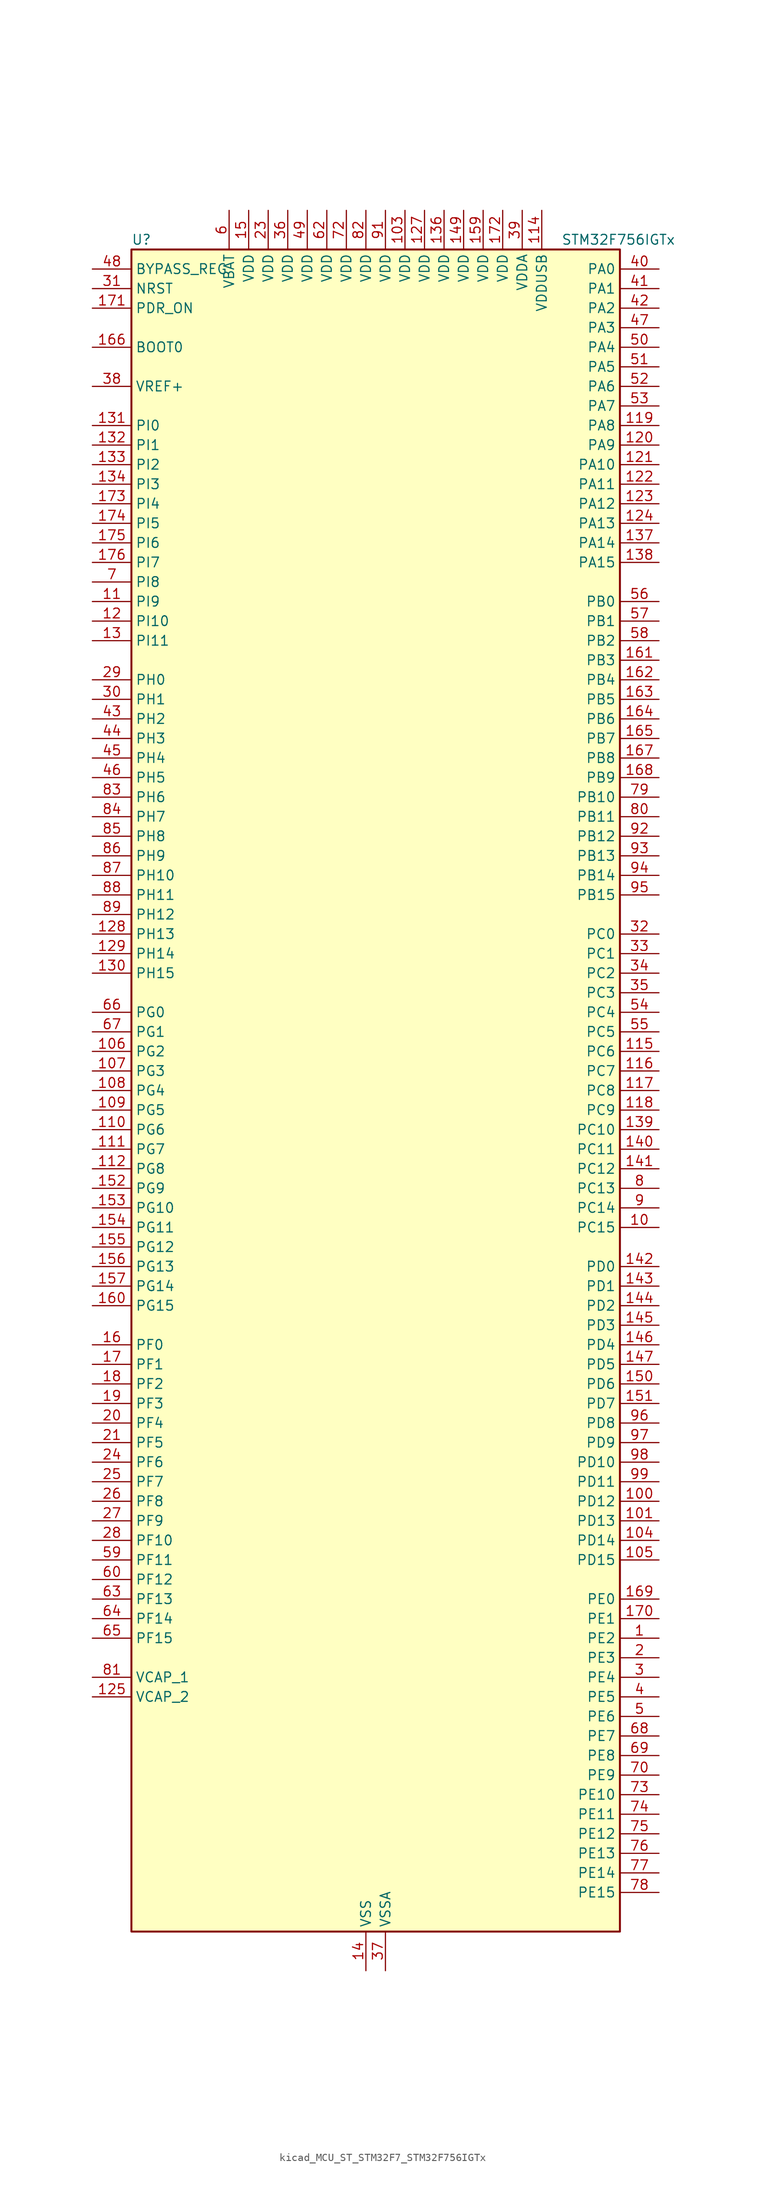
<source format=kicad_sym>
(kicad_symbol_lib
  (version 20220914)
  (generator kicad_symbol_editor)
  (symbol "kicad_MCU_ST_STM32F7_STM32F756IGTx"
    (property "Reference" "U"
      (at -30.48 110.49 0)
      (effects (font (size 1.27 1.27)) (justify left)))
    (property "Value" "STM32F756IGTx"
      (at 25.4 110.49 0)
      (effects (font (size 1.27 1.27)) (justify left)))
    (property "ki_locked" ""
      (at 0 0 0)
      (effects (font (size 1.27 1.27))))
    (symbol "kicad_MCU_ST_STM32F7_STM32F756IGTx_0_1"
      (rectangle (start -30.48 -109.22) (end 33.02 109.22) (stroke (width 0.254) (type default)) (fill (type background))))
    (symbol "kicad_MCU_ST_STM32F7_STM32F756IGTx_1_1"
      (pin bidirectional line (at 38.1 -71.12 180) (length 5.08) (name "PE2" (effects (font (size 1.27 1.27)))) (number "1" (effects (font (size 1.27 1.27)))) (alternate "ETH_TXD3" bidirectional line) (alternate "FMC_A23" bidirectional line) (alternate "QUADSPI_BK1_IO2" bidirectional line) (alternate "SAI1_MCLK_A" bidirectional line) (alternate "SPI4_SCK" bidirectional line) (alternate "SYS_TRACECLK" bidirectional line))
      (pin bidirectional line (at 38.1 -17.78 180) (length 5.08) (name "PC15" (effects (font (size 1.27 1.27)))) (number "10" (effects (font (size 1.27 1.27)))) (alternate "RCC_OSC32_OUT" bidirectional line))
      (pin bidirectional line (at 38.1 -53.34 180) (length 5.08) (name "PD12" (effects (font (size 1.27 1.27)))) (number "100" (effects (font (size 1.27 1.27)))) (alternate "FMC_A17" bidirectional line) (alternate "FMC_ALE" bidirectional line) (alternate "I2C4_SCL" bidirectional line) (alternate "LPTIM1_IN1" bidirectional line) (alternate "QUADSPI_BK1_IO1" bidirectional line) (alternate "SAI2_FS_A" bidirectional line) (alternate "TIM4_CH1" bidirectional line) (alternate "USART3_DE" bidirectional line) (alternate "USART3_RTS" bidirectional line))
      (pin bidirectional line (at 38.1 -55.88 180) (length 5.08) (name "PD13" (effects (font (size 1.27 1.27)))) (number "101" (effects (font (size 1.27 1.27)))) (alternate "FMC_A18" bidirectional line) (alternate "I2C4_SDA" bidirectional line) (alternate "LPTIM1_OUT" bidirectional line) (alternate "QUADSPI_BK1_IO3" bidirectional line) (alternate "SAI2_SCK_A" bidirectional line) (alternate "TIM4_CH2" bidirectional line))
      (pin passive line (at 0 -114.3 90) (length 5.08) hide (name "VSS" (effects (font (size 1.27 1.27)))) (number "102" (effects (font (size 1.27 1.27)))))
      (pin power_in line (at 5.08 114.3 270) (length 5.08) (name "VDD" (effects (font (size 1.27 1.27)))) (number "103" (effects (font (size 1.27 1.27)))))
      (pin bidirectional line (at 38.1 -58.42 180) (length 5.08) (name "PD14" (effects (font (size 1.27 1.27)))) (number "104" (effects (font (size 1.27 1.27)))) (alternate "FMC_D0" bidirectional line) (alternate "FMC_DA0" bidirectional line) (alternate "TIM4_CH3" bidirectional line) (alternate "UART8_CTS" bidirectional line))
      (pin bidirectional line (at 38.1 -60.96 180) (length 5.08) (name "PD15" (effects (font (size 1.27 1.27)))) (number "105" (effects (font (size 1.27 1.27)))) (alternate "FMC_D1" bidirectional line) (alternate "FMC_DA1" bidirectional line) (alternate "TIM4_CH4" bidirectional line) (alternate "UART8_DE" bidirectional line) (alternate "UART8_RTS" bidirectional line))
      (pin bidirectional line (at -35.56 5.08 0) (length 5.08) (name "PG2" (effects (font (size 1.27 1.27)))) (number "106" (effects (font (size 1.27 1.27)))) (alternate "FMC_A12" bidirectional line))
      (pin bidirectional line (at -35.56 2.54 0) (length 5.08) (name "PG3" (effects (font (size 1.27 1.27)))) (number "107" (effects (font (size 1.27 1.27)))) (alternate "FMC_A13" bidirectional line))
      (pin bidirectional line (at -35.56 0 0) (length 5.08) (name "PG4" (effects (font (size 1.27 1.27)))) (number "108" (effects (font (size 1.27 1.27)))) (alternate "FMC_A14" bidirectional line) (alternate "FMC_BA0" bidirectional line))
      (pin bidirectional line (at -35.56 -2.54 0) (length 5.08) (name "PG5" (effects (font (size 1.27 1.27)))) (number "109" (effects (font (size 1.27 1.27)))) (alternate "FMC_A15" bidirectional line) (alternate "FMC_BA1" bidirectional line))
      (pin bidirectional line (at -35.56 63.5 0) (length 5.08) (name "PI9" (effects (font (size 1.27 1.27)))) (number "11" (effects (font (size 1.27 1.27)))) (alternate "CAN1_RX" bidirectional line) (alternate "DAC_EXTI9" bidirectional line) (alternate "FMC_D30" bidirectional line) (alternate "LTDC_VSYNC" bidirectional line))
      (pin bidirectional line (at -35.56 -5.08 0) (length 5.08) (name "PG6" (effects (font (size 1.27 1.27)))) (number "110" (effects (font (size 1.27 1.27)))) (alternate "DCMI_D12" bidirectional line) (alternate "LTDC_R7" bidirectional line))
      (pin bidirectional line (at -35.56 -7.62 0) (length 5.08) (name "PG7" (effects (font (size 1.27 1.27)))) (number "111" (effects (font (size 1.27 1.27)))) (alternate "DCMI_D13" bidirectional line) (alternate "FMC_INT" bidirectional line) (alternate "LTDC_CLK" bidirectional line) (alternate "USART6_CK" bidirectional line))
      (pin bidirectional line (at -35.56 -10.16 0) (length 5.08) (name "PG8" (effects (font (size 1.27 1.27)))) (number "112" (effects (font (size 1.27 1.27)))) (alternate "ETH_PPS_OUT" bidirectional line) (alternate "FMC_SDCLK" bidirectional line) (alternate "SPDIFRX_IN2" bidirectional line) (alternate "SPI6_NSS" bidirectional line) (alternate "USART6_DE" bidirectional line) (alternate "USART6_RTS" bidirectional line))
      (pin passive line (at 0 -114.3 90) (length 5.08) hide (name "VSS" (effects (font (size 1.27 1.27)))) (number "113" (effects (font (size 1.27 1.27)))))
      (pin power_in line (at 22.86 114.3 270) (length 5.08) (name "VDDUSB" (effects (font (size 1.27 1.27)))) (number "114" (effects (font (size 1.27 1.27)))))
      (pin bidirectional line (at 38.1 5.08 180) (length 5.08) (name "PC6" (effects (font (size 1.27 1.27)))) (number "115" (effects (font (size 1.27 1.27)))) (alternate "DCMI_D0" bidirectional line) (alternate "I2S2_MCK" bidirectional line) (alternate "LTDC_HSYNC" bidirectional line) (alternate "SDMMC1_D6" bidirectional line) (alternate "TIM3_CH1" bidirectional line) (alternate "TIM8_CH1" bidirectional line) (alternate "USART6_TX" bidirectional line))
      (pin bidirectional line (at 38.1 2.54 180) (length 5.08) (name "PC7" (effects (font (size 1.27 1.27)))) (number "116" (effects (font (size 1.27 1.27)))) (alternate "DCMI_D1" bidirectional line) (alternate "I2S3_MCK" bidirectional line) (alternate "LTDC_G6" bidirectional line) (alternate "SDMMC1_D7" bidirectional line) (alternate "TIM3_CH2" bidirectional line) (alternate "TIM8_CH2" bidirectional line) (alternate "USART6_RX" bidirectional line))
      (pin bidirectional line (at 38.1 0 180) (length 5.08) (name "PC8" (effects (font (size 1.27 1.27)))) (number "117" (effects (font (size 1.27 1.27)))) (alternate "DCMI_D2" bidirectional line) (alternate "SDMMC1_D0" bidirectional line) (alternate "SYS_TRACED1" bidirectional line) (alternate "TIM3_CH3" bidirectional line) (alternate "TIM8_CH3" bidirectional line) (alternate "UART5_DE" bidirectional line) (alternate "UART5_RTS" bidirectional line) (alternate "USART6_CK" bidirectional line))
      (pin bidirectional line (at 38.1 -2.54 180) (length 5.08) (name "PC9" (effects (font (size 1.27 1.27)))) (number "118" (effects (font (size 1.27 1.27)))) (alternate "DAC_EXTI9" bidirectional line) (alternate "DCMI_D3" bidirectional line) (alternate "I2C3_SDA" bidirectional line) (alternate "I2S_CKIN" bidirectional line) (alternate "QUADSPI_BK1_IO0" bidirectional line) (alternate "RCC_MCO_2" bidirectional line) (alternate "SDMMC1_D1" bidirectional line) (alternate "TIM3_CH4" bidirectional line) (alternate "TIM8_CH4" bidirectional line) (alternate "UART5_CTS" bidirectional line))
      (pin bidirectional line (at 38.1 86.36 180) (length 5.08) (name "PA8" (effects (font (size 1.27 1.27)))) (number "119" (effects (font (size 1.27 1.27)))) (alternate "I2C3_SCL" bidirectional line) (alternate "LTDC_R6" bidirectional line) (alternate "RCC_MCO_1" bidirectional line) (alternate "TIM1_CH1" bidirectional line) (alternate "TIM8_BKIN2" bidirectional line) (alternate "USART1_CK" bidirectional line) (alternate "USB_OTG_FS_SOF" bidirectional line))
      (pin bidirectional line (at -35.56 60.96 0) (length 5.08) (name "PI10" (effects (font (size 1.27 1.27)))) (number "12" (effects (font (size 1.27 1.27)))) (alternate "ETH_RX_ER" bidirectional line) (alternate "FMC_D31" bidirectional line) (alternate "LTDC_HSYNC" bidirectional line))
      (pin bidirectional line (at 38.1 83.82 180) (length 5.08) (name "PA9" (effects (font (size 1.27 1.27)))) (number "120" (effects (font (size 1.27 1.27)))) (alternate "DAC_EXTI9" bidirectional line) (alternate "DCMI_D0" bidirectional line) (alternate "I2C3_SMBA" bidirectional line) (alternate "I2S2_CK" bidirectional line) (alternate "SPI2_SCK" bidirectional line) (alternate "TIM1_CH2" bidirectional line) (alternate "USART1_TX" bidirectional line) (alternate "USB_OTG_FS_VBUS" bidirectional line))
      (pin bidirectional line (at 38.1 81.28 180) (length 5.08) (name "PA10" (effects (font (size 1.27 1.27)))) (number "121" (effects (font (size 1.27 1.27)))) (alternate "DCMI_D1" bidirectional line) (alternate "TIM1_CH3" bidirectional line) (alternate "USART1_RX" bidirectional line) (alternate "USB_OTG_FS_ID" bidirectional line))
      (pin bidirectional line (at 38.1 78.74 180) (length 5.08) (name "PA11" (effects (font (size 1.27 1.27)))) (number "122" (effects (font (size 1.27 1.27)))) (alternate "ADC1_EXTI11" bidirectional line) (alternate "ADC2_EXTI11" bidirectional line) (alternate "ADC3_EXTI11" bidirectional line) (alternate "CAN1_RX" bidirectional line) (alternate "LTDC_R4" bidirectional line) (alternate "TIM1_CH4" bidirectional line) (alternate "USART1_CTS" bidirectional line) (alternate "USB_OTG_FS_DM" bidirectional line))
      (pin bidirectional line (at 38.1 76.2 180) (length 5.08) (name "PA12" (effects (font (size 1.27 1.27)))) (number "123" (effects (font (size 1.27 1.27)))) (alternate "CAN1_TX" bidirectional line) (alternate "LTDC_R5" bidirectional line) (alternate "SAI2_FS_B" bidirectional line) (alternate "TIM1_ETR" bidirectional line) (alternate "USART1_DE" bidirectional line) (alternate "USART1_RTS" bidirectional line) (alternate "USB_OTG_FS_DP" bidirectional line))
      (pin bidirectional line (at 38.1 73.66 180) (length 5.08) (name "PA13" (effects (font (size 1.27 1.27)))) (number "124" (effects (font (size 1.27 1.27)))) (alternate "SYS_JTMS-SWDIO" bidirectional line))
      (pin power_out line (at -35.56 -78.74 0) (length 5.08) (name "VCAP_2" (effects (font (size 1.27 1.27)))) (number "125" (effects (font (size 1.27 1.27)))))
      (pin passive line (at 0 -114.3 90) (length 5.08) hide (name "VSS" (effects (font (size 1.27 1.27)))) (number "126" (effects (font (size 1.27 1.27)))))
      (pin power_in line (at 7.62 114.3 270) (length 5.08) (name "VDD" (effects (font (size 1.27 1.27)))) (number "127" (effects (font (size 1.27 1.27)))))
      (pin bidirectional line (at -35.56 20.32 0) (length 5.08) (name "PH13" (effects (font (size 1.27 1.27)))) (number "128" (effects (font (size 1.27 1.27)))) (alternate "CAN1_TX" bidirectional line) (alternate "FMC_D21" bidirectional line) (alternate "LTDC_G2" bidirectional line) (alternate "TIM8_CH1N" bidirectional line))
      (pin bidirectional line (at -35.56 17.78 0) (length 5.08) (name "PH14" (effects (font (size 1.27 1.27)))) (number "129" (effects (font (size 1.27 1.27)))) (alternate "DCMI_D4" bidirectional line) (alternate "FMC_D22" bidirectional line) (alternate "LTDC_G3" bidirectional line) (alternate "TIM8_CH2N" bidirectional line))
      (pin bidirectional line (at -35.56 58.42 0) (length 5.08) (name "PI11" (effects (font (size 1.27 1.27)))) (number "13" (effects (font (size 1.27 1.27)))) (alternate "ADC1_EXTI11" bidirectional line) (alternate "ADC2_EXTI11" bidirectional line) (alternate "ADC3_EXTI11" bidirectional line) (alternate "SYS_WKUP6" bidirectional line) (alternate "USB_OTG_HS_ULPI_DIR" bidirectional line))
      (pin bidirectional line (at -35.56 15.24 0) (length 5.08) (name "PH15" (effects (font (size 1.27 1.27)))) (number "130" (effects (font (size 1.27 1.27)))) (alternate "DCMI_D11" bidirectional line) (alternate "FMC_D23" bidirectional line) (alternate "LTDC_G4" bidirectional line) (alternate "TIM8_CH3N" bidirectional line))
      (pin bidirectional line (at -35.56 86.36 0) (length 5.08) (name "PI0" (effects (font (size 1.27 1.27)))) (number "131" (effects (font (size 1.27 1.27)))) (alternate "DCMI_D13" bidirectional line) (alternate "FMC_D24" bidirectional line) (alternate "I2S2_WS" bidirectional line) (alternate "LTDC_G5" bidirectional line) (alternate "SPI2_NSS" bidirectional line) (alternate "TIM5_CH4" bidirectional line))
      (pin bidirectional line (at -35.56 83.82 0) (length 5.08) (name "PI1" (effects (font (size 1.27 1.27)))) (number "132" (effects (font (size 1.27 1.27)))) (alternate "DCMI_D8" bidirectional line) (alternate "FMC_D25" bidirectional line) (alternate "I2S2_CK" bidirectional line) (alternate "LTDC_G6" bidirectional line) (alternate "SPI2_SCK" bidirectional line) (alternate "TIM8_BKIN2" bidirectional line))
      (pin bidirectional line (at -35.56 81.28 0) (length 5.08) (name "PI2" (effects (font (size 1.27 1.27)))) (number "133" (effects (font (size 1.27 1.27)))) (alternate "DCMI_D9" bidirectional line) (alternate "FMC_D26" bidirectional line) (alternate "LTDC_G7" bidirectional line) (alternate "SPI2_MISO" bidirectional line) (alternate "TIM8_CH4" bidirectional line))
      (pin bidirectional line (at -35.56 78.74 0) (length 5.08) (name "PI3" (effects (font (size 1.27 1.27)))) (number "134" (effects (font (size 1.27 1.27)))) (alternate "DCMI_D10" bidirectional line) (alternate "FMC_D27" bidirectional line) (alternate "I2S2_SD" bidirectional line) (alternate "SPI2_MOSI" bidirectional line) (alternate "TIM8_ETR" bidirectional line))
      (pin passive line (at 0 -114.3 90) (length 5.08) hide (name "VSS" (effects (font (size 1.27 1.27)))) (number "135" (effects (font (size 1.27 1.27)))))
      (pin power_in line (at 10.16 114.3 270) (length 5.08) (name "VDD" (effects (font (size 1.27 1.27)))) (number "136" (effects (font (size 1.27 1.27)))))
      (pin bidirectional line (at 38.1 71.12 180) (length 5.08) (name "PA14" (effects (font (size 1.27 1.27)))) (number "137" (effects (font (size 1.27 1.27)))) (alternate "SYS_JTCK-SWCLK" bidirectional line))
      (pin bidirectional line (at 38.1 68.58 180) (length 5.08) (name "PA15" (effects (font (size 1.27 1.27)))) (number "138" (effects (font (size 1.27 1.27)))) (alternate "CEC" bidirectional line) (alternate "I2S1_WS" bidirectional line) (alternate "I2S3_WS" bidirectional line) (alternate "SPI1_NSS" bidirectional line) (alternate "SPI3_NSS" bidirectional line) (alternate "SYS_JTDI" bidirectional line) (alternate "TIM2_CH1" bidirectional line) (alternate "TIM2_ETR" bidirectional line) (alternate "UART4_DE" bidirectional line) (alternate "UART4_RTS" bidirectional line))
      (pin bidirectional line (at 38.1 -5.08 180) (length 5.08) (name "PC10" (effects (font (size 1.27 1.27)))) (number "139" (effects (font (size 1.27 1.27)))) (alternate "DCMI_D8" bidirectional line) (alternate "I2S3_CK" bidirectional line) (alternate "LTDC_R2" bidirectional line) (alternate "QUADSPI_BK1_IO1" bidirectional line) (alternate "SDMMC1_D2" bidirectional line) (alternate "SPI3_SCK" bidirectional line) (alternate "UART4_TX" bidirectional line) (alternate "USART3_TX" bidirectional line))
      (pin power_in line (at 0 -114.3 90) (length 5.08) (name "VSS" (effects (font (size 1.27 1.27)))) (number "14" (effects (font (size 1.27 1.27)))))
      (pin bidirectional line (at 38.1 -7.62 180) (length 5.08) (name "PC11" (effects (font (size 1.27 1.27)))) (number "140" (effects (font (size 1.27 1.27)))) (alternate "ADC1_EXTI11" bidirectional line) (alternate "ADC2_EXTI11" bidirectional line) (alternate "ADC3_EXTI11" bidirectional line) (alternate "DCMI_D4" bidirectional line) (alternate "QUADSPI_BK2_NCS" bidirectional line) (alternate "SDMMC1_D3" bidirectional line) (alternate "SPI3_MISO" bidirectional line) (alternate "UART4_RX" bidirectional line) (alternate "USART3_RX" bidirectional line))
      (pin bidirectional line (at 38.1 -10.16 180) (length 5.08) (name "PC12" (effects (font (size 1.27 1.27)))) (number "141" (effects (font (size 1.27 1.27)))) (alternate "DCMI_D9" bidirectional line) (alternate "I2S3_SD" bidirectional line) (alternate "SDMMC1_CK" bidirectional line) (alternate "SPI3_MOSI" bidirectional line) (alternate "SYS_TRACED3" bidirectional line) (alternate "UART5_TX" bidirectional line) (alternate "USART3_CK" bidirectional line))
      (pin bidirectional line (at 38.1 -22.86 180) (length 5.08) (name "PD0" (effects (font (size 1.27 1.27)))) (number "142" (effects (font (size 1.27 1.27)))) (alternate "CAN1_RX" bidirectional line) (alternate "FMC_D2" bidirectional line) (alternate "FMC_DA2" bidirectional line))
      (pin bidirectional line (at 38.1 -25.4 180) (length 5.08) (name "PD1" (effects (font (size 1.27 1.27)))) (number "143" (effects (font (size 1.27 1.27)))) (alternate "CAN1_TX" bidirectional line) (alternate "FMC_D3" bidirectional line) (alternate "FMC_DA3" bidirectional line))
      (pin bidirectional line (at 38.1 -27.94 180) (length 5.08) (name "PD2" (effects (font (size 1.27 1.27)))) (number "144" (effects (font (size 1.27 1.27)))) (alternate "DCMI_D11" bidirectional line) (alternate "SDMMC1_CMD" bidirectional line) (alternate "SYS_TRACED2" bidirectional line) (alternate "TIM3_ETR" bidirectional line) (alternate "UART5_RX" bidirectional line))
      (pin bidirectional line (at 38.1 -30.48 180) (length 5.08) (name "PD3" (effects (font (size 1.27 1.27)))) (number "145" (effects (font (size 1.27 1.27)))) (alternate "DCMI_D5" bidirectional line) (alternate "FMC_CLK" bidirectional line) (alternate "I2S2_CK" bidirectional line) (alternate "LTDC_G7" bidirectional line) (alternate "SPI2_SCK" bidirectional line) (alternate "USART2_CTS" bidirectional line))
      (pin bidirectional line (at 38.1 -33.02 180) (length 5.08) (name "PD4" (effects (font (size 1.27 1.27)))) (number "146" (effects (font (size 1.27 1.27)))) (alternate "FMC_NOE" bidirectional line) (alternate "USART2_DE" bidirectional line) (alternate "USART2_RTS" bidirectional line))
      (pin bidirectional line (at 38.1 -35.56 180) (length 5.08) (name "PD5" (effects (font (size 1.27 1.27)))) (number "147" (effects (font (size 1.27 1.27)))) (alternate "FMC_NWE" bidirectional line) (alternate "USART2_TX" bidirectional line))
      (pin passive line (at 0 -114.3 90) (length 5.08) hide (name "VSS" (effects (font (size 1.27 1.27)))) (number "148" (effects (font (size 1.27 1.27)))))
      (pin power_in line (at 12.7 114.3 270) (length 5.08) (name "VDD" (effects (font (size 1.27 1.27)))) (number "149" (effects (font (size 1.27 1.27)))))
      (pin power_in line (at -15.24 114.3 270) (length 5.08) (name "VDD" (effects (font (size 1.27 1.27)))) (number "15" (effects (font (size 1.27 1.27)))))
      (pin bidirectional line (at 38.1 -38.1 180) (length 5.08) (name "PD6" (effects (font (size 1.27 1.27)))) (number "150" (effects (font (size 1.27 1.27)))) (alternate "DCMI_D10" bidirectional line) (alternate "FMC_NWAIT" bidirectional line) (alternate "I2S3_SD" bidirectional line) (alternate "LTDC_B2" bidirectional line) (alternate "SAI1_SD_A" bidirectional line) (alternate "SPI3_MOSI" bidirectional line) (alternate "USART2_RX" bidirectional line))
      (pin bidirectional line (at 38.1 -40.64 180) (length 5.08) (name "PD7" (effects (font (size 1.27 1.27)))) (number "151" (effects (font (size 1.27 1.27)))) (alternate "FMC_NE1" bidirectional line) (alternate "SPDIFRX_IN0" bidirectional line) (alternate "USART2_CK" bidirectional line))
      (pin bidirectional line (at -35.56 -12.7 0) (length 5.08) (name "PG9" (effects (font (size 1.27 1.27)))) (number "152" (effects (font (size 1.27 1.27)))) (alternate "DAC_EXTI9" bidirectional line) (alternate "DCMI_VSYNC" bidirectional line) (alternate "FMC_NCE" bidirectional line) (alternate "FMC_NE2" bidirectional line) (alternate "QUADSPI_BK2_IO2" bidirectional line) (alternate "SAI2_FS_B" bidirectional line) (alternate "SPDIFRX_IN3" bidirectional line) (alternate "USART6_RX" bidirectional line))
      (pin bidirectional line (at -35.56 -15.24 0) (length 5.08) (name "PG10" (effects (font (size 1.27 1.27)))) (number "153" (effects (font (size 1.27 1.27)))) (alternate "DCMI_D2" bidirectional line) (alternate "FMC_NE3" bidirectional line) (alternate "LTDC_B2" bidirectional line) (alternate "LTDC_G3" bidirectional line) (alternate "SAI2_SD_B" bidirectional line))
      (pin bidirectional line (at -35.56 -17.78 0) (length 5.08) (name "PG11" (effects (font (size 1.27 1.27)))) (number "154" (effects (font (size 1.27 1.27)))) (alternate "ADC1_EXTI11" bidirectional line) (alternate "ADC2_EXTI11" bidirectional line) (alternate "ADC3_EXTI11" bidirectional line) (alternate "DCMI_D3" bidirectional line) (alternate "ETH_TX_EN" bidirectional line) (alternate "LTDC_B3" bidirectional line) (alternate "SPDIFRX_IN0" bidirectional line))
      (pin bidirectional line (at -35.56 -20.32 0) (length 5.08) (name "PG12" (effects (font (size 1.27 1.27)))) (number "155" (effects (font (size 1.27 1.27)))) (alternate "FMC_NE4" bidirectional line) (alternate "LPTIM1_IN1" bidirectional line) (alternate "LTDC_B1" bidirectional line) (alternate "LTDC_B4" bidirectional line) (alternate "SPDIFRX_IN1" bidirectional line) (alternate "SPI6_MISO" bidirectional line) (alternate "USART6_DE" bidirectional line) (alternate "USART6_RTS" bidirectional line))
      (pin bidirectional line (at -35.56 -22.86 0) (length 5.08) (name "PG13" (effects (font (size 1.27 1.27)))) (number "156" (effects (font (size 1.27 1.27)))) (alternate "ETH_TXD0" bidirectional line) (alternate "FMC_A24" bidirectional line) (alternate "LPTIM1_OUT" bidirectional line) (alternate "LTDC_R0" bidirectional line) (alternate "SPI6_SCK" bidirectional line) (alternate "SYS_TRACED0" bidirectional line) (alternate "USART6_CTS" bidirectional line))
      (pin bidirectional line (at -35.56 -25.4 0) (length 5.08) (name "PG14" (effects (font (size 1.27 1.27)))) (number "157" (effects (font (size 1.27 1.27)))) (alternate "ETH_TXD1" bidirectional line) (alternate "FMC_A25" bidirectional line) (alternate "LPTIM1_ETR" bidirectional line) (alternate "LTDC_B0" bidirectional line) (alternate "QUADSPI_BK2_IO3" bidirectional line) (alternate "SPI6_MOSI" bidirectional line) (alternate "SYS_TRACED1" bidirectional line) (alternate "USART6_TX" bidirectional line))
      (pin passive line (at 0 -114.3 90) (length 5.08) hide (name "VSS" (effects (font (size 1.27 1.27)))) (number "158" (effects (font (size 1.27 1.27)))))
      (pin power_in line (at 15.24 114.3 270) (length 5.08) (name "VDD" (effects (font (size 1.27 1.27)))) (number "159" (effects (font (size 1.27 1.27)))))
      (pin bidirectional line (at -35.56 -33.02 0) (length 5.08) (name "PF0" (effects (font (size 1.27 1.27)))) (number "16" (effects (font (size 1.27 1.27)))) (alternate "FMC_A0" bidirectional line) (alternate "I2C2_SDA" bidirectional line))
      (pin bidirectional line (at -35.56 -27.94 0) (length 5.08) (name "PG15" (effects (font (size 1.27 1.27)))) (number "160" (effects (font (size 1.27 1.27)))) (alternate "DCMI_D13" bidirectional line) (alternate "FMC_SDNCAS" bidirectional line) (alternate "USART6_CTS" bidirectional line))
      (pin bidirectional line (at 38.1 55.88 180) (length 5.08) (name "PB3" (effects (font (size 1.27 1.27)))) (number "161" (effects (font (size 1.27 1.27)))) (alternate "I2S1_CK" bidirectional line) (alternate "I2S3_CK" bidirectional line) (alternate "SPI1_SCK" bidirectional line) (alternate "SPI3_SCK" bidirectional line) (alternate "SYS_JTDO-SWO" bidirectional line) (alternate "TIM2_CH2" bidirectional line))
      (pin bidirectional line (at 38.1 53.34 180) (length 5.08) (name "PB4" (effects (font (size 1.27 1.27)))) (number "162" (effects (font (size 1.27 1.27)))) (alternate "I2S2_WS" bidirectional line) (alternate "SPI1_MISO" bidirectional line) (alternate "SPI2_NSS" bidirectional line) (alternate "SPI3_MISO" bidirectional line) (alternate "SYS_JTRST" bidirectional line) (alternate "TIM3_CH1" bidirectional line))
      (pin bidirectional line (at 38.1 50.8 180) (length 5.08) (name "PB5" (effects (font (size 1.27 1.27)))) (number "163" (effects (font (size 1.27 1.27)))) (alternate "CAN2_RX" bidirectional line) (alternate "DCMI_D10" bidirectional line) (alternate "ETH_PPS_OUT" bidirectional line) (alternate "FMC_SDCKE1" bidirectional line) (alternate "I2C1_SMBA" bidirectional line) (alternate "I2S1_SD" bidirectional line) (alternate "I2S3_SD" bidirectional line) (alternate "SPI1_MOSI" bidirectional line) (alternate "SPI3_MOSI" bidirectional line) (alternate "TIM3_CH2" bidirectional line) (alternate "USB_OTG_HS_ULPI_D7" bidirectional line))
      (pin bidirectional line (at 38.1 48.26 180) (length 5.08) (name "PB6" (effects (font (size 1.27 1.27)))) (number "164" (effects (font (size 1.27 1.27)))) (alternate "CAN2_TX" bidirectional line) (alternate "CEC" bidirectional line) (alternate "DCMI_D5" bidirectional line) (alternate "FMC_SDNE1" bidirectional line) (alternate "I2C1_SCL" bidirectional line) (alternate "QUADSPI_BK1_NCS" bidirectional line) (alternate "TIM4_CH1" bidirectional line) (alternate "USART1_TX" bidirectional line))
      (pin bidirectional line (at 38.1 45.72 180) (length 5.08) (name "PB7" (effects (font (size 1.27 1.27)))) (number "165" (effects (font (size 1.27 1.27)))) (alternate "DCMI_VSYNC" bidirectional line) (alternate "FMC_NL" bidirectional line) (alternate "I2C1_SDA" bidirectional line) (alternate "TIM4_CH2" bidirectional line) (alternate "USART1_RX" bidirectional line))
      (pin input line (at -35.56 96.52 0) (length 5.08) (name "BOOT0" (effects (font (size 1.27 1.27)))) (number "166" (effects (font (size 1.27 1.27)))))
      (pin bidirectional line (at 38.1 43.18 180) (length 5.08) (name "PB8" (effects (font (size 1.27 1.27)))) (number "167" (effects (font (size 1.27 1.27)))) (alternate "CAN1_RX" bidirectional line) (alternate "DCMI_D6" bidirectional line) (alternate "ETH_TXD3" bidirectional line) (alternate "I2C1_SCL" bidirectional line) (alternate "LTDC_B6" bidirectional line) (alternate "SDMMC1_D4" bidirectional line) (alternate "TIM10_CH1" bidirectional line) (alternate "TIM4_CH3" bidirectional line))
      (pin bidirectional line (at 38.1 40.64 180) (length 5.08) (name "PB9" (effects (font (size 1.27 1.27)))) (number "168" (effects (font (size 1.27 1.27)))) (alternate "CAN1_TX" bidirectional line) (alternate "DAC_EXTI9" bidirectional line) (alternate "DCMI_D7" bidirectional line) (alternate "I2C1_SDA" bidirectional line) (alternate "I2S2_WS" bidirectional line) (alternate "LTDC_B7" bidirectional line) (alternate "SDMMC1_D5" bidirectional line) (alternate "SPI2_NSS" bidirectional line) (alternate "TIM11_CH1" bidirectional line) (alternate "TIM4_CH4" bidirectional line))
      (pin bidirectional line (at 38.1 -66.04 180) (length 5.08) (name "PE0" (effects (font (size 1.27 1.27)))) (number "169" (effects (font (size 1.27 1.27)))) (alternate "DCMI_D2" bidirectional line) (alternate "FMC_NBL0" bidirectional line) (alternate "LPTIM1_ETR" bidirectional line) (alternate "SAI2_MCLK_A" bidirectional line) (alternate "TIM4_ETR" bidirectional line) (alternate "UART8_RX" bidirectional line))
      (pin bidirectional line (at -35.56 -35.56 0) (length 5.08) (name "PF1" (effects (font (size 1.27 1.27)))) (number "17" (effects (font (size 1.27 1.27)))) (alternate "FMC_A1" bidirectional line) (alternate "I2C2_SCL" bidirectional line))
      (pin bidirectional line (at 38.1 -68.58 180) (length 5.08) (name "PE1" (effects (font (size 1.27 1.27)))) (number "170" (effects (font (size 1.27 1.27)))) (alternate "DCMI_D3" bidirectional line) (alternate "FMC_NBL1" bidirectional line) (alternate "LPTIM1_IN2" bidirectional line) (alternate "UART8_TX" bidirectional line))
      (pin input line (at -35.56 101.6 0) (length 5.08) (name "PDR_ON" (effects (font (size 1.27 1.27)))) (number "171" (effects (font (size 1.27 1.27)))))
      (pin power_in line (at 17.78 114.3 270) (length 5.08) (name "VDD" (effects (font (size 1.27 1.27)))) (number "172" (effects (font (size 1.27 1.27)))))
      (pin bidirectional line (at -35.56 76.2 0) (length 5.08) (name "PI4" (effects (font (size 1.27 1.27)))) (number "173" (effects (font (size 1.27 1.27)))) (alternate "DCMI_D5" bidirectional line) (alternate "FMC_NBL2" bidirectional line) (alternate "LTDC_B4" bidirectional line) (alternate "SAI2_MCLK_A" bidirectional line) (alternate "TIM8_BKIN" bidirectional line))
      (pin bidirectional line (at -35.56 73.66 0) (length 5.08) (name "PI5" (effects (font (size 1.27 1.27)))) (number "174" (effects (font (size 1.27 1.27)))) (alternate "DCMI_VSYNC" bidirectional line) (alternate "FMC_NBL3" bidirectional line) (alternate "LTDC_B5" bidirectional line) (alternate "SAI2_SCK_A" bidirectional line) (alternate "TIM8_CH1" bidirectional line))
      (pin bidirectional line (at -35.56 71.12 0) (length 5.08) (name "PI6" (effects (font (size 1.27 1.27)))) (number "175" (effects (font (size 1.27 1.27)))) (alternate "DCMI_D6" bidirectional line) (alternate "FMC_D28" bidirectional line) (alternate "LTDC_B6" bidirectional line) (alternate "SAI2_SD_A" bidirectional line) (alternate "TIM8_CH2" bidirectional line))
      (pin bidirectional line (at -35.56 68.58 0) (length 5.08) (name "PI7" (effects (font (size 1.27 1.27)))) (number "176" (effects (font (size 1.27 1.27)))) (alternate "DCMI_D7" bidirectional line) (alternate "FMC_D29" bidirectional line) (alternate "LTDC_B7" bidirectional line) (alternate "SAI2_FS_A" bidirectional line) (alternate "TIM8_CH3" bidirectional line))
      (pin bidirectional line (at -35.56 -38.1 0) (length 5.08) (name "PF2" (effects (font (size 1.27 1.27)))) (number "18" (effects (font (size 1.27 1.27)))) (alternate "FMC_A2" bidirectional line) (alternate "I2C2_SMBA" bidirectional line))
      (pin bidirectional line (at -35.56 -40.64 0) (length 5.08) (name "PF3" (effects (font (size 1.27 1.27)))) (number "19" (effects (font (size 1.27 1.27)))) (alternate "ADC3_IN9" bidirectional line) (alternate "FMC_A3" bidirectional line))
      (pin bidirectional line (at 38.1 -73.66 180) (length 5.08) (name "PE3" (effects (font (size 1.27 1.27)))) (number "2" (effects (font (size 1.27 1.27)))) (alternate "FMC_A19" bidirectional line) (alternate "SAI1_SD_B" bidirectional line) (alternate "SYS_TRACED0" bidirectional line))
      (pin bidirectional line (at -35.56 -43.18 0) (length 5.08) (name "PF4" (effects (font (size 1.27 1.27)))) (number "20" (effects (font (size 1.27 1.27)))) (alternate "ADC3_IN14" bidirectional line) (alternate "FMC_A4" bidirectional line))
      (pin bidirectional line (at -35.56 -45.72 0) (length 5.08) (name "PF5" (effects (font (size 1.27 1.27)))) (number "21" (effects (font (size 1.27 1.27)))) (alternate "ADC3_IN15" bidirectional line) (alternate "FMC_A5" bidirectional line))
      (pin passive line (at 0 -114.3 90) (length 5.08) hide (name "VSS" (effects (font (size 1.27 1.27)))) (number "22" (effects (font (size 1.27 1.27)))))
      (pin power_in line (at -12.7 114.3 270) (length 5.08) (name "VDD" (effects (font (size 1.27 1.27)))) (number "23" (effects (font (size 1.27 1.27)))))
      (pin bidirectional line (at -35.56 -48.26 0) (length 5.08) (name "PF6" (effects (font (size 1.27 1.27)))) (number "24" (effects (font (size 1.27 1.27)))) (alternate "ADC3_IN4" bidirectional line) (alternate "QUADSPI_BK1_IO3" bidirectional line) (alternate "SAI1_SD_B" bidirectional line) (alternate "SPI5_NSS" bidirectional line) (alternate "TIM10_CH1" bidirectional line) (alternate "UART7_RX" bidirectional line))
      (pin bidirectional line (at -35.56 -50.8 0) (length 5.08) (name "PF7" (effects (font (size 1.27 1.27)))) (number "25" (effects (font (size 1.27 1.27)))) (alternate "ADC3_IN5" bidirectional line) (alternate "QUADSPI_BK1_IO2" bidirectional line) (alternate "SAI1_MCLK_B" bidirectional line) (alternate "SPI5_SCK" bidirectional line) (alternate "TIM11_CH1" bidirectional line) (alternate "UART7_TX" bidirectional line))
      (pin bidirectional line (at -35.56 -53.34 0) (length 5.08) (name "PF8" (effects (font (size 1.27 1.27)))) (number "26" (effects (font (size 1.27 1.27)))) (alternate "ADC3_IN6" bidirectional line) (alternate "QUADSPI_BK1_IO0" bidirectional line) (alternate "SAI1_SCK_B" bidirectional line) (alternate "SPI5_MISO" bidirectional line) (alternate "TIM13_CH1" bidirectional line) (alternate "UART7_DE" bidirectional line) (alternate "UART7_RTS" bidirectional line))
      (pin bidirectional line (at -35.56 -55.88 0) (length 5.08) (name "PF9" (effects (font (size 1.27 1.27)))) (number "27" (effects (font (size 1.27 1.27)))) (alternate "ADC3_IN7" bidirectional line) (alternate "DAC_EXTI9" bidirectional line) (alternate "QUADSPI_BK1_IO1" bidirectional line) (alternate "SAI1_FS_B" bidirectional line) (alternate "SPI5_MOSI" bidirectional line) (alternate "TIM14_CH1" bidirectional line) (alternate "UART7_CTS" bidirectional line))
      (pin bidirectional line (at -35.56 -58.42 0) (length 5.08) (name "PF10" (effects (font (size 1.27 1.27)))) (number "28" (effects (font (size 1.27 1.27)))) (alternate "ADC3_IN8" bidirectional line) (alternate "DCMI_D11" bidirectional line) (alternate "LTDC_DE" bidirectional line))
      (pin bidirectional line (at -35.56 53.34 0) (length 5.08) (name "PH0" (effects (font (size 1.27 1.27)))) (number "29" (effects (font (size 1.27 1.27)))) (alternate "RCC_OSC_IN" bidirectional line))
      (pin bidirectional line (at 38.1 -76.2 180) (length 5.08) (name "PE4" (effects (font (size 1.27 1.27)))) (number "3" (effects (font (size 1.27 1.27)))) (alternate "DCMI_D4" bidirectional line) (alternate "FMC_A20" bidirectional line) (alternate "LTDC_B0" bidirectional line) (alternate "SAI1_FS_A" bidirectional line) (alternate "SPI4_NSS" bidirectional line) (alternate "SYS_TRACED1" bidirectional line))
      (pin bidirectional line (at -35.56 50.8 0) (length 5.08) (name "PH1" (effects (font (size 1.27 1.27)))) (number "30" (effects (font (size 1.27 1.27)))) (alternate "RCC_OSC_OUT" bidirectional line))
      (pin input line (at -35.56 104.14 0) (length 5.08) (name "NRST" (effects (font (size 1.27 1.27)))) (number "31" (effects (font (size 1.27 1.27)))))
      (pin bidirectional line (at 38.1 20.32 180) (length 5.08) (name "PC0" (effects (font (size 1.27 1.27)))) (number "32" (effects (font (size 1.27 1.27)))) (alternate "ADC1_IN10" bidirectional line) (alternate "ADC2_IN10" bidirectional line) (alternate "ADC3_IN10" bidirectional line) (alternate "FMC_SDNWE" bidirectional line) (alternate "LTDC_R5" bidirectional line) (alternate "SAI2_FS_B" bidirectional line) (alternate "USB_OTG_HS_ULPI_STP" bidirectional line))
      (pin bidirectional line (at 38.1 17.78 180) (length 5.08) (name "PC1" (effects (font (size 1.27 1.27)))) (number "33" (effects (font (size 1.27 1.27)))) (alternate "ADC1_IN11" bidirectional line) (alternate "ADC2_IN11" bidirectional line) (alternate "ADC3_IN11" bidirectional line) (alternate "ETH_MDC" bidirectional line) (alternate "I2S2_SD" bidirectional line) (alternate "RTC_TAMP3" bidirectional line) (alternate "RTC_TS" bidirectional line) (alternate "SAI1_SD_A" bidirectional line) (alternate "SPI2_MOSI" bidirectional line) (alternate "SYS_TRACED0" bidirectional line) (alternate "SYS_WKUP3" bidirectional line))
      (pin bidirectional line (at 38.1 15.24 180) (length 5.08) (name "PC2" (effects (font (size 1.27 1.27)))) (number "34" (effects (font (size 1.27 1.27)))) (alternate "ADC1_IN12" bidirectional line) (alternate "ADC2_IN12" bidirectional line) (alternate "ADC3_IN12" bidirectional line) (alternate "ETH_TXD2" bidirectional line) (alternate "FMC_SDNE0" bidirectional line) (alternate "SPI2_MISO" bidirectional line) (alternate "USB_OTG_HS_ULPI_DIR" bidirectional line))
      (pin bidirectional line (at 38.1 12.7 180) (length 5.08) (name "PC3" (effects (font (size 1.27 1.27)))) (number "35" (effects (font (size 1.27 1.27)))) (alternate "ADC1_IN13" bidirectional line) (alternate "ADC2_IN13" bidirectional line) (alternate "ADC3_IN13" bidirectional line) (alternate "ETH_TX_CLK" bidirectional line) (alternate "FMC_SDCKE0" bidirectional line) (alternate "I2S2_SD" bidirectional line) (alternate "SPI2_MOSI" bidirectional line) (alternate "USB_OTG_HS_ULPI_NXT" bidirectional line))
      (pin power_in line (at -10.16 114.3 270) (length 5.08) (name "VDD" (effects (font (size 1.27 1.27)))) (number "36" (effects (font (size 1.27 1.27)))))
      (pin power_in line (at 2.54 -114.3 90) (length 5.08) (name "VSSA" (effects (font (size 1.27 1.27)))) (number "37" (effects (font (size 1.27 1.27)))))
      (pin input line (at -35.56 91.44 0) (length 5.08) (name "VREF+" (effects (font (size 1.27 1.27)))) (number "38" (effects (font (size 1.27 1.27)))))
      (pin power_in line (at 20.32 114.3 270) (length 5.08) (name "VDDA" (effects (font (size 1.27 1.27)))) (number "39" (effects (font (size 1.27 1.27)))))
      (pin bidirectional line (at 38.1 -78.74 180) (length 5.08) (name "PE5" (effects (font (size 1.27 1.27)))) (number "4" (effects (font (size 1.27 1.27)))) (alternate "DCMI_D6" bidirectional line) (alternate "FMC_A21" bidirectional line) (alternate "LTDC_G0" bidirectional line) (alternate "SAI1_SCK_A" bidirectional line) (alternate "SPI4_MISO" bidirectional line) (alternate "SYS_TRACED2" bidirectional line) (alternate "TIM9_CH1" bidirectional line))
      (pin bidirectional line (at 38.1 106.68 180) (length 5.08) (name "PA0" (effects (font (size 1.27 1.27)))) (number "40" (effects (font (size 1.27 1.27)))) (alternate "ADC1_IN0" bidirectional line) (alternate "ADC2_IN0" bidirectional line) (alternate "ADC3_IN0" bidirectional line) (alternate "ETH_CRS" bidirectional line) (alternate "SAI2_SD_B" bidirectional line) (alternate "SYS_WKUP1" bidirectional line) (alternate "TIM2_CH1" bidirectional line) (alternate "TIM2_ETR" bidirectional line) (alternate "TIM5_CH1" bidirectional line) (alternate "TIM8_ETR" bidirectional line) (alternate "UART4_TX" bidirectional line) (alternate "USART2_CTS" bidirectional line))
      (pin bidirectional line (at 38.1 104.14 180) (length 5.08) (name "PA1" (effects (font (size 1.27 1.27)))) (number "41" (effects (font (size 1.27 1.27)))) (alternate "ADC1_IN1" bidirectional line) (alternate "ADC2_IN1" bidirectional line) (alternate "ADC3_IN1" bidirectional line) (alternate "ETH_REF_CLK" bidirectional line) (alternate "ETH_RX_CLK" bidirectional line) (alternate "LTDC_R2" bidirectional line) (alternate "QUADSPI_BK1_IO3" bidirectional line) (alternate "SAI2_MCLK_B" bidirectional line) (alternate "TIM2_CH2" bidirectional line) (alternate "TIM5_CH2" bidirectional line) (alternate "UART4_RX" bidirectional line) (alternate "USART2_DE" bidirectional line) (alternate "USART2_RTS" bidirectional line))
      (pin bidirectional line (at 38.1 101.6 180) (length 5.08) (name "PA2" (effects (font (size 1.27 1.27)))) (number "42" (effects (font (size 1.27 1.27)))) (alternate "ADC1_IN2" bidirectional line) (alternate "ADC2_IN2" bidirectional line) (alternate "ADC3_IN2" bidirectional line) (alternate "ETH_MDIO" bidirectional line) (alternate "LTDC_R1" bidirectional line) (alternate "SAI2_SCK_B" bidirectional line) (alternate "SYS_WKUP2" bidirectional line) (alternate "TIM2_CH3" bidirectional line) (alternate "TIM5_CH3" bidirectional line) (alternate "TIM9_CH1" bidirectional line) (alternate "USART2_TX" bidirectional line))
      (pin bidirectional line (at -35.56 48.26 0) (length 5.08) (name "PH2" (effects (font (size 1.27 1.27)))) (number "43" (effects (font (size 1.27 1.27)))) (alternate "ETH_CRS" bidirectional line) (alternate "FMC_SDCKE0" bidirectional line) (alternate "LPTIM1_IN2" bidirectional line) (alternate "LTDC_R0" bidirectional line) (alternate "QUADSPI_BK2_IO0" bidirectional line) (alternate "SAI2_SCK_B" bidirectional line))
      (pin bidirectional line (at -35.56 45.72 0) (length 5.08) (name "PH3" (effects (font (size 1.27 1.27)))) (number "44" (effects (font (size 1.27 1.27)))) (alternate "ETH_COL" bidirectional line) (alternate "FMC_SDNE0" bidirectional line) (alternate "LTDC_R1" bidirectional line) (alternate "QUADSPI_BK2_IO1" bidirectional line) (alternate "SAI2_MCLK_B" bidirectional line))
      (pin bidirectional line (at -35.56 43.18 0) (length 5.08) (name "PH4" (effects (font (size 1.27 1.27)))) (number "45" (effects (font (size 1.27 1.27)))) (alternate "I2C2_SCL" bidirectional line) (alternate "USB_OTG_HS_ULPI_NXT" bidirectional line))
      (pin bidirectional line (at -35.56 40.64 0) (length 5.08) (name "PH5" (effects (font (size 1.27 1.27)))) (number "46" (effects (font (size 1.27 1.27)))) (alternate "FMC_SDNWE" bidirectional line) (alternate "I2C2_SDA" bidirectional line) (alternate "SPI5_NSS" bidirectional line))
      (pin bidirectional line (at 38.1 99.06 180) (length 5.08) (name "PA3" (effects (font (size 1.27 1.27)))) (number "47" (effects (font (size 1.27 1.27)))) (alternate "ADC1_IN3" bidirectional line) (alternate "ADC2_IN3" bidirectional line) (alternate "ADC3_IN3" bidirectional line) (alternate "ETH_COL" bidirectional line) (alternate "LTDC_B5" bidirectional line) (alternate "TIM2_CH4" bidirectional line) (alternate "TIM5_CH4" bidirectional line) (alternate "TIM9_CH2" bidirectional line) (alternate "USART2_RX" bidirectional line) (alternate "USB_OTG_HS_ULPI_D0" bidirectional line))
      (pin input line (at -35.56 106.68 0) (length 5.08) (name "BYPASS_REG" (effects (font (size 1.27 1.27)))) (number "48" (effects (font (size 1.27 1.27)))))
      (pin power_in line (at -7.62 114.3 270) (length 5.08) (name "VDD" (effects (font (size 1.27 1.27)))) (number "49" (effects (font (size 1.27 1.27)))))
      (pin bidirectional line (at 38.1 -81.28 180) (length 5.08) (name "PE6" (effects (font (size 1.27 1.27)))) (number "5" (effects (font (size 1.27 1.27)))) (alternate "DCMI_D7" bidirectional line) (alternate "FMC_A22" bidirectional line) (alternate "LTDC_G1" bidirectional line) (alternate "SAI1_SD_A" bidirectional line) (alternate "SAI2_MCLK_B" bidirectional line) (alternate "SPI4_MOSI" bidirectional line) (alternate "SYS_TRACED3" bidirectional line) (alternate "TIM1_BKIN2" bidirectional line) (alternate "TIM9_CH2" bidirectional line))
      (pin bidirectional line (at 38.1 96.52 180) (length 5.08) (name "PA4" (effects (font (size 1.27 1.27)))) (number "50" (effects (font (size 1.27 1.27)))) (alternate "ADC1_IN4" bidirectional line) (alternate "ADC2_IN4" bidirectional line) (alternate "DAC_OUT1" bidirectional line) (alternate "DCMI_HSYNC" bidirectional line) (alternate "I2S1_WS" bidirectional line) (alternate "I2S3_WS" bidirectional line) (alternate "LTDC_VSYNC" bidirectional line) (alternate "SPI1_NSS" bidirectional line) (alternate "SPI3_NSS" bidirectional line) (alternate "USART2_CK" bidirectional line) (alternate "USB_OTG_HS_SOF" bidirectional line))
      (pin bidirectional line (at 38.1 93.98 180) (length 5.08) (name "PA5" (effects (font (size 1.27 1.27)))) (number "51" (effects (font (size 1.27 1.27)))) (alternate "ADC1_IN5" bidirectional line) (alternate "ADC2_IN5" bidirectional line) (alternate "DAC_OUT2" bidirectional line) (alternate "I2S1_CK" bidirectional line) (alternate "LTDC_R4" bidirectional line) (alternate "SPI1_SCK" bidirectional line) (alternate "TIM2_CH1" bidirectional line) (alternate "TIM2_ETR" bidirectional line) (alternate "TIM8_CH1N" bidirectional line) (alternate "USB_OTG_HS_ULPI_CK" bidirectional line))
      (pin bidirectional line (at 38.1 91.44 180) (length 5.08) (name "PA6" (effects (font (size 1.27 1.27)))) (number "52" (effects (font (size 1.27 1.27)))) (alternate "ADC1_IN6" bidirectional line) (alternate "ADC2_IN6" bidirectional line) (alternate "DCMI_PIXCLK" bidirectional line) (alternate "LTDC_G2" bidirectional line) (alternate "SPI1_MISO" bidirectional line) (alternate "TIM13_CH1" bidirectional line) (alternate "TIM1_BKIN" bidirectional line) (alternate "TIM3_CH1" bidirectional line) (alternate "TIM8_BKIN" bidirectional line))
      (pin bidirectional line (at 38.1 88.9 180) (length 5.08) (name "PA7" (effects (font (size 1.27 1.27)))) (number "53" (effects (font (size 1.27 1.27)))) (alternate "ADC1_IN7" bidirectional line) (alternate "ADC2_IN7" bidirectional line) (alternate "ETH_CRS_DV" bidirectional line) (alternate "ETH_RX_DV" bidirectional line) (alternate "FMC_SDNWE" bidirectional line) (alternate "I2S1_SD" bidirectional line) (alternate "SPI1_MOSI" bidirectional line) (alternate "TIM14_CH1" bidirectional line) (alternate "TIM1_CH1N" bidirectional line) (alternate "TIM3_CH2" bidirectional line) (alternate "TIM8_CH1N" bidirectional line))
      (pin bidirectional line (at 38.1 10.16 180) (length 5.08) (name "PC4" (effects (font (size 1.27 1.27)))) (number "54" (effects (font (size 1.27 1.27)))) (alternate "ADC1_IN14" bidirectional line) (alternate "ADC2_IN14" bidirectional line) (alternate "ETH_RXD0" bidirectional line) (alternate "FMC_SDNE0" bidirectional line) (alternate "I2S1_MCK" bidirectional line) (alternate "SPDIFRX_IN2" bidirectional line))
      (pin bidirectional line (at 38.1 7.62 180) (length 5.08) (name "PC5" (effects (font (size 1.27 1.27)))) (number "55" (effects (font (size 1.27 1.27)))) (alternate "ADC1_IN15" bidirectional line) (alternate "ADC2_IN15" bidirectional line) (alternate "ETH_RXD1" bidirectional line) (alternate "FMC_SDCKE0" bidirectional line) (alternate "SPDIFRX_IN3" bidirectional line))
      (pin bidirectional line (at 38.1 63.5 180) (length 5.08) (name "PB0" (effects (font (size 1.27 1.27)))) (number "56" (effects (font (size 1.27 1.27)))) (alternate "ADC1_IN8" bidirectional line) (alternate "ADC2_IN8" bidirectional line) (alternate "ETH_RXD2" bidirectional line) (alternate "LTDC_R3" bidirectional line) (alternate "TIM1_CH2N" bidirectional line) (alternate "TIM3_CH3" bidirectional line) (alternate "TIM8_CH2N" bidirectional line) (alternate "UART4_CTS" bidirectional line) (alternate "USB_OTG_HS_ULPI_D1" bidirectional line))
      (pin bidirectional line (at 38.1 60.96 180) (length 5.08) (name "PB1" (effects (font (size 1.27 1.27)))) (number "57" (effects (font (size 1.27 1.27)))) (alternate "ADC1_IN9" bidirectional line) (alternate "ADC2_IN9" bidirectional line) (alternate "ETH_RXD3" bidirectional line) (alternate "LTDC_R6" bidirectional line) (alternate "TIM1_CH3N" bidirectional line) (alternate "TIM3_CH4" bidirectional line) (alternate "TIM8_CH3N" bidirectional line) (alternate "USB_OTG_HS_ULPI_D2" bidirectional line))
      (pin bidirectional line (at 38.1 58.42 180) (length 5.08) (name "PB2" (effects (font (size 1.27 1.27)))) (number "58" (effects (font (size 1.27 1.27)))) (alternate "I2S3_SD" bidirectional line) (alternate "QUADSPI_CLK" bidirectional line) (alternate "SAI1_SD_A" bidirectional line) (alternate "SPI3_MOSI" bidirectional line))
      (pin bidirectional line (at -35.56 -60.96 0) (length 5.08) (name "PF11" (effects (font (size 1.27 1.27)))) (number "59" (effects (font (size 1.27 1.27)))) (alternate "ADC1_EXTI11" bidirectional line) (alternate "ADC2_EXTI11" bidirectional line) (alternate "ADC3_EXTI11" bidirectional line) (alternate "DCMI_D12" bidirectional line) (alternate "FMC_SDNRAS" bidirectional line) (alternate "SAI2_SD_B" bidirectional line) (alternate "SPI5_MOSI" bidirectional line))
      (pin power_in line (at -17.78 114.3 270) (length 5.08) (name "VBAT" (effects (font (size 1.27 1.27)))) (number "6" (effects (font (size 1.27 1.27)))))
      (pin bidirectional line (at -35.56 -63.5 0) (length 5.08) (name "PF12" (effects (font (size 1.27 1.27)))) (number "60" (effects (font (size 1.27 1.27)))) (alternate "FMC_A6" bidirectional line))
      (pin passive line (at 0 -114.3 90) (length 5.08) hide (name "VSS" (effects (font (size 1.27 1.27)))) (number "61" (effects (font (size 1.27 1.27)))))
      (pin power_in line (at -5.08 114.3 270) (length 5.08) (name "VDD" (effects (font (size 1.27 1.27)))) (number "62" (effects (font (size 1.27 1.27)))))
      (pin bidirectional line (at -35.56 -66.04 0) (length 5.08) (name "PF13" (effects (font (size 1.27 1.27)))) (number "63" (effects (font (size 1.27 1.27)))) (alternate "FMC_A7" bidirectional line) (alternate "I2C4_SMBA" bidirectional line))
      (pin bidirectional line (at -35.56 -68.58 0) (length 5.08) (name "PF14" (effects (font (size 1.27 1.27)))) (number "64" (effects (font (size 1.27 1.27)))) (alternate "FMC_A8" bidirectional line) (alternate "I2C4_SCL" bidirectional line))
      (pin bidirectional line (at -35.56 -71.12 0) (length 5.08) (name "PF15" (effects (font (size 1.27 1.27)))) (number "65" (effects (font (size 1.27 1.27)))) (alternate "FMC_A9" bidirectional line) (alternate "I2C4_SDA" bidirectional line))
      (pin bidirectional line (at -35.56 10.16 0) (length 5.08) (name "PG0" (effects (font (size 1.27 1.27)))) (number "66" (effects (font (size 1.27 1.27)))) (alternate "FMC_A10" bidirectional line))
      (pin bidirectional line (at -35.56 7.62 0) (length 5.08) (name "PG1" (effects (font (size 1.27 1.27)))) (number "67" (effects (font (size 1.27 1.27)))) (alternate "FMC_A11" bidirectional line))
      (pin bidirectional line (at 38.1 -83.82 180) (length 5.08) (name "PE7" (effects (font (size 1.27 1.27)))) (number "68" (effects (font (size 1.27 1.27)))) (alternate "FMC_D4" bidirectional line) (alternate "FMC_DA4" bidirectional line) (alternate "QUADSPI_BK2_IO0" bidirectional line) (alternate "TIM1_ETR" bidirectional line) (alternate "UART7_RX" bidirectional line))
      (pin bidirectional line (at 38.1 -86.36 180) (length 5.08) (name "PE8" (effects (font (size 1.27 1.27)))) (number "69" (effects (font (size 1.27 1.27)))) (alternate "FMC_D5" bidirectional line) (alternate "FMC_DA5" bidirectional line) (alternate "QUADSPI_BK2_IO1" bidirectional line) (alternate "TIM1_CH1N" bidirectional line) (alternate "UART7_TX" bidirectional line))
      (pin bidirectional line (at -35.56 66.04 0) (length 5.08) (name "PI8" (effects (font (size 1.27 1.27)))) (number "7" (effects (font (size 1.27 1.27)))) (alternate "RTC_TAMP2" bidirectional line) (alternate "RTC_TS" bidirectional line) (alternate "SYS_WKUP5" bidirectional line))
      (pin bidirectional line (at 38.1 -88.9 180) (length 5.08) (name "PE9" (effects (font (size 1.27 1.27)))) (number "70" (effects (font (size 1.27 1.27)))) (alternate "DAC_EXTI9" bidirectional line) (alternate "FMC_D6" bidirectional line) (alternate "FMC_DA6" bidirectional line) (alternate "QUADSPI_BK2_IO2" bidirectional line) (alternate "TIM1_CH1" bidirectional line) (alternate "UART7_DE" bidirectional line) (alternate "UART7_RTS" bidirectional line))
      (pin passive line (at 0 -114.3 90) (length 5.08) hide (name "VSS" (effects (font (size 1.27 1.27)))) (number "71" (effects (font (size 1.27 1.27)))))
      (pin power_in line (at -2.54 114.3 270) (length 5.08) (name "VDD" (effects (font (size 1.27 1.27)))) (number "72" (effects (font (size 1.27 1.27)))))
      (pin bidirectional line (at 38.1 -91.44 180) (length 5.08) (name "PE10" (effects (font (size 1.27 1.27)))) (number "73" (effects (font (size 1.27 1.27)))) (alternate "FMC_D7" bidirectional line) (alternate "FMC_DA7" bidirectional line) (alternate "QUADSPI_BK2_IO3" bidirectional line) (alternate "TIM1_CH2N" bidirectional line) (alternate "UART7_CTS" bidirectional line))
      (pin bidirectional line (at 38.1 -93.98 180) (length 5.08) (name "PE11" (effects (font (size 1.27 1.27)))) (number "74" (effects (font (size 1.27 1.27)))) (alternate "ADC1_EXTI11" bidirectional line) (alternate "ADC2_EXTI11" bidirectional line) (alternate "ADC3_EXTI11" bidirectional line) (alternate "FMC_D8" bidirectional line) (alternate "FMC_DA8" bidirectional line) (alternate "LTDC_G3" bidirectional line) (alternate "SAI2_SD_B" bidirectional line) (alternate "SPI4_NSS" bidirectional line) (alternate "TIM1_CH2" bidirectional line))
      (pin bidirectional line (at 38.1 -96.52 180) (length 5.08) (name "PE12" (effects (font (size 1.27 1.27)))) (number "75" (effects (font (size 1.27 1.27)))) (alternate "FMC_D9" bidirectional line) (alternate "FMC_DA9" bidirectional line) (alternate "LTDC_B4" bidirectional line) (alternate "SAI2_SCK_B" bidirectional line) (alternate "SPI4_SCK" bidirectional line) (alternate "TIM1_CH3N" bidirectional line))
      (pin bidirectional line (at 38.1 -99.06 180) (length 5.08) (name "PE13" (effects (font (size 1.27 1.27)))) (number "76" (effects (font (size 1.27 1.27)))) (alternate "FMC_D10" bidirectional line) (alternate "FMC_DA10" bidirectional line) (alternate "LTDC_DE" bidirectional line) (alternate "SAI2_FS_B" bidirectional line) (alternate "SPI4_MISO" bidirectional line) (alternate "TIM1_CH3" bidirectional line))
      (pin bidirectional line (at 38.1 -101.6 180) (length 5.08) (name "PE14" (effects (font (size 1.27 1.27)))) (number "77" (effects (font (size 1.27 1.27)))) (alternate "FMC_D11" bidirectional line) (alternate "FMC_DA11" bidirectional line) (alternate "LTDC_CLK" bidirectional line) (alternate "SAI2_MCLK_B" bidirectional line) (alternate "SPI4_MOSI" bidirectional line) (alternate "TIM1_CH4" bidirectional line))
      (pin bidirectional line (at 38.1 -104.14 180) (length 5.08) (name "PE15" (effects (font (size 1.27 1.27)))) (number "78" (effects (font (size 1.27 1.27)))) (alternate "FMC_D12" bidirectional line) (alternate "FMC_DA12" bidirectional line) (alternate "LTDC_R7" bidirectional line) (alternate "TIM1_BKIN" bidirectional line))
      (pin bidirectional line (at 38.1 38.1 180) (length 5.08) (name "PB10" (effects (font (size 1.27 1.27)))) (number "79" (effects (font (size 1.27 1.27)))) (alternate "ETH_RX_ER" bidirectional line) (alternate "I2C2_SCL" bidirectional line) (alternate "I2S2_CK" bidirectional line) (alternate "LTDC_G4" bidirectional line) (alternate "SPI2_SCK" bidirectional line) (alternate "TIM2_CH3" bidirectional line) (alternate "USART3_TX" bidirectional line) (alternate "USB_OTG_HS_ULPI_D3" bidirectional line))
      (pin bidirectional line (at 38.1 -12.7 180) (length 5.08) (name "PC13" (effects (font (size 1.27 1.27)))) (number "8" (effects (font (size 1.27 1.27)))) (alternate "RTC_OUT" bidirectional line) (alternate "RTC_TAMP1" bidirectional line) (alternate "RTC_TS" bidirectional line) (alternate "SYS_WKUP4" bidirectional line))
      (pin bidirectional line (at 38.1 35.56 180) (length 5.08) (name "PB11" (effects (font (size 1.27 1.27)))) (number "80" (effects (font (size 1.27 1.27)))) (alternate "ADC1_EXTI11" bidirectional line) (alternate "ADC2_EXTI11" bidirectional line) (alternate "ADC3_EXTI11" bidirectional line) (alternate "ETH_TX_EN" bidirectional line) (alternate "I2C2_SDA" bidirectional line) (alternate "LTDC_G5" bidirectional line) (alternate "TIM2_CH4" bidirectional line) (alternate "USART3_RX" bidirectional line) (alternate "USB_OTG_HS_ULPI_D4" bidirectional line))
      (pin power_out line (at -35.56 -76.2 0) (length 5.08) (name "VCAP_1" (effects (font (size 1.27 1.27)))) (number "81" (effects (font (size 1.27 1.27)))))
      (pin power_in line (at 0 114.3 270) (length 5.08) (name "VDD" (effects (font (size 1.27 1.27)))) (number "82" (effects (font (size 1.27 1.27)))))
      (pin bidirectional line (at -35.56 38.1 0) (length 5.08) (name "PH6" (effects (font (size 1.27 1.27)))) (number "83" (effects (font (size 1.27 1.27)))) (alternate "DCMI_D8" bidirectional line) (alternate "ETH_RXD2" bidirectional line) (alternate "FMC_SDNE1" bidirectional line) (alternate "I2C2_SMBA" bidirectional line) (alternate "SPI5_SCK" bidirectional line) (alternate "TIM12_CH1" bidirectional line))
      (pin bidirectional line (at -35.56 35.56 0) (length 5.08) (name "PH7" (effects (font (size 1.27 1.27)))) (number "84" (effects (font (size 1.27 1.27)))) (alternate "DCMI_D9" bidirectional line) (alternate "ETH_RXD3" bidirectional line) (alternate "FMC_SDCKE1" bidirectional line) (alternate "I2C3_SCL" bidirectional line) (alternate "SPI5_MISO" bidirectional line))
      (pin bidirectional line (at -35.56 33.02 0) (length 5.08) (name "PH8" (effects (font (size 1.27 1.27)))) (number "85" (effects (font (size 1.27 1.27)))) (alternate "DCMI_HSYNC" bidirectional line) (alternate "FMC_D16" bidirectional line) (alternate "I2C3_SDA" bidirectional line) (alternate "LTDC_R2" bidirectional line))
      (pin bidirectional line (at -35.56 30.48 0) (length 5.08) (name "PH9" (effects (font (size 1.27 1.27)))) (number "86" (effects (font (size 1.27 1.27)))) (alternate "DAC_EXTI9" bidirectional line) (alternate "DCMI_D0" bidirectional line) (alternate "FMC_D17" bidirectional line) (alternate "I2C3_SMBA" bidirectional line) (alternate "LTDC_R3" bidirectional line) (alternate "TIM12_CH2" bidirectional line))
      (pin bidirectional line (at -35.56 27.94 0) (length 5.08) (name "PH10" (effects (font (size 1.27 1.27)))) (number "87" (effects (font (size 1.27 1.27)))) (alternate "DCMI_D1" bidirectional line) (alternate "FMC_D18" bidirectional line) (alternate "I2C4_SMBA" bidirectional line) (alternate "LTDC_R4" bidirectional line) (alternate "TIM5_CH1" bidirectional line))
      (pin bidirectional line (at -35.56 25.4 0) (length 5.08) (name "PH11" (effects (font (size 1.27 1.27)))) (number "88" (effects (font (size 1.27 1.27)))) (alternate "ADC1_EXTI11" bidirectional line) (alternate "ADC2_EXTI11" bidirectional line) (alternate "ADC3_EXTI11" bidirectional line) (alternate "DCMI_D2" bidirectional line) (alternate "FMC_D19" bidirectional line) (alternate "I2C4_SCL" bidirectional line) (alternate "LTDC_R5" bidirectional line) (alternate "TIM5_CH2" bidirectional line))
      (pin bidirectional line (at -35.56 22.86 0) (length 5.08) (name "PH12" (effects (font (size 1.27 1.27)))) (number "89" (effects (font (size 1.27 1.27)))) (alternate "DCMI_D3" bidirectional line) (alternate "FMC_D20" bidirectional line) (alternate "I2C4_SDA" bidirectional line) (alternate "LTDC_R6" bidirectional line) (alternate "TIM5_CH3" bidirectional line))
      (pin bidirectional line (at 38.1 -15.24 180) (length 5.08) (name "PC14" (effects (font (size 1.27 1.27)))) (number "9" (effects (font (size 1.27 1.27)))) (alternate "RCC_OSC32_IN" bidirectional line))
      (pin passive line (at 0 -114.3 90) (length 5.08) hide (name "VSS" (effects (font (size 1.27 1.27)))) (number "90" (effects (font (size 1.27 1.27)))))
      (pin power_in line (at 2.54 114.3 270) (length 5.08) (name "VDD" (effects (font (size 1.27 1.27)))) (number "91" (effects (font (size 1.27 1.27)))))
      (pin bidirectional line (at 38.1 33.02 180) (length 5.08) (name "PB12" (effects (font (size 1.27 1.27)))) (number "92" (effects (font (size 1.27 1.27)))) (alternate "CAN2_RX" bidirectional line) (alternate "ETH_TXD0" bidirectional line) (alternate "I2C2_SMBA" bidirectional line) (alternate "I2S2_WS" bidirectional line) (alternate "SPI2_NSS" bidirectional line) (alternate "TIM1_BKIN" bidirectional line) (alternate "USART3_CK" bidirectional line) (alternate "USB_OTG_HS_ID" bidirectional line) (alternate "USB_OTG_HS_ULPI_D5" bidirectional line))
      (pin bidirectional line (at 38.1 30.48 180) (length 5.08) (name "PB13" (effects (font (size 1.27 1.27)))) (number "93" (effects (font (size 1.27 1.27)))) (alternate "CAN2_TX" bidirectional line) (alternate "ETH_TXD1" bidirectional line) (alternate "I2S2_CK" bidirectional line) (alternate "SPI2_SCK" bidirectional line) (alternate "TIM1_CH1N" bidirectional line) (alternate "USART3_CTS" bidirectional line) (alternate "USB_OTG_HS_ULPI_D6" bidirectional line) (alternate "USB_OTG_HS_VBUS" bidirectional line))
      (pin bidirectional line (at 38.1 27.94 180) (length 5.08) (name "PB14" (effects (font (size 1.27 1.27)))) (number "94" (effects (font (size 1.27 1.27)))) (alternate "SPI2_MISO" bidirectional line) (alternate "TIM12_CH1" bidirectional line) (alternate "TIM1_CH2N" bidirectional line) (alternate "TIM8_CH2N" bidirectional line) (alternate "USART3_DE" bidirectional line) (alternate "USART3_RTS" bidirectional line) (alternate "USB_OTG_HS_DM" bidirectional line))
      (pin bidirectional line (at 38.1 25.4 180) (length 5.08) (name "PB15" (effects (font (size 1.27 1.27)))) (number "95" (effects (font (size 1.27 1.27)))) (alternate "I2S2_SD" bidirectional line) (alternate "RTC_REFIN" bidirectional line) (alternate "SPI2_MOSI" bidirectional line) (alternate "TIM12_CH2" bidirectional line) (alternate "TIM1_CH3N" bidirectional line) (alternate "TIM8_CH3N" bidirectional line) (alternate "USB_OTG_HS_DP" bidirectional line))
      (pin bidirectional line (at 38.1 -43.18 180) (length 5.08) (name "PD8" (effects (font (size 1.27 1.27)))) (number "96" (effects (font (size 1.27 1.27)))) (alternate "FMC_D13" bidirectional line) (alternate "FMC_DA13" bidirectional line) (alternate "SPDIFRX_IN1" bidirectional line) (alternate "USART3_TX" bidirectional line))
      (pin bidirectional line (at 38.1 -45.72 180) (length 5.08) (name "PD9" (effects (font (size 1.27 1.27)))) (number "97" (effects (font (size 1.27 1.27)))) (alternate "DAC_EXTI9" bidirectional line) (alternate "FMC_D14" bidirectional line) (alternate "FMC_DA14" bidirectional line) (alternate "USART3_RX" bidirectional line))
      (pin bidirectional line (at 38.1 -48.26 180) (length 5.08) (name "PD10" (effects (font (size 1.27 1.27)))) (number "98" (effects (font (size 1.27 1.27)))) (alternate "FMC_D15" bidirectional line) (alternate "FMC_DA15" bidirectional line) (alternate "LTDC_B3" bidirectional line) (alternate "USART3_CK" bidirectional line))
      (pin bidirectional line (at 38.1 -50.8 180) (length 5.08) (name "PD11" (effects (font (size 1.27 1.27)))) (number "99" (effects (font (size 1.27 1.27)))) (alternate "ADC1_EXTI11" bidirectional line) (alternate "ADC2_EXTI11" bidirectional line) (alternate "ADC3_EXTI11" bidirectional line) (alternate "FMC_A16" bidirectional line) (alternate "FMC_CLE" bidirectional line) (alternate "I2C4_SMBA" bidirectional line) (alternate "QUADSPI_BK1_IO0" bidirectional line) (alternate "SAI2_SD_A" bidirectional line) (alternate "USART3_CTS" bidirectional line)))))
</source>
